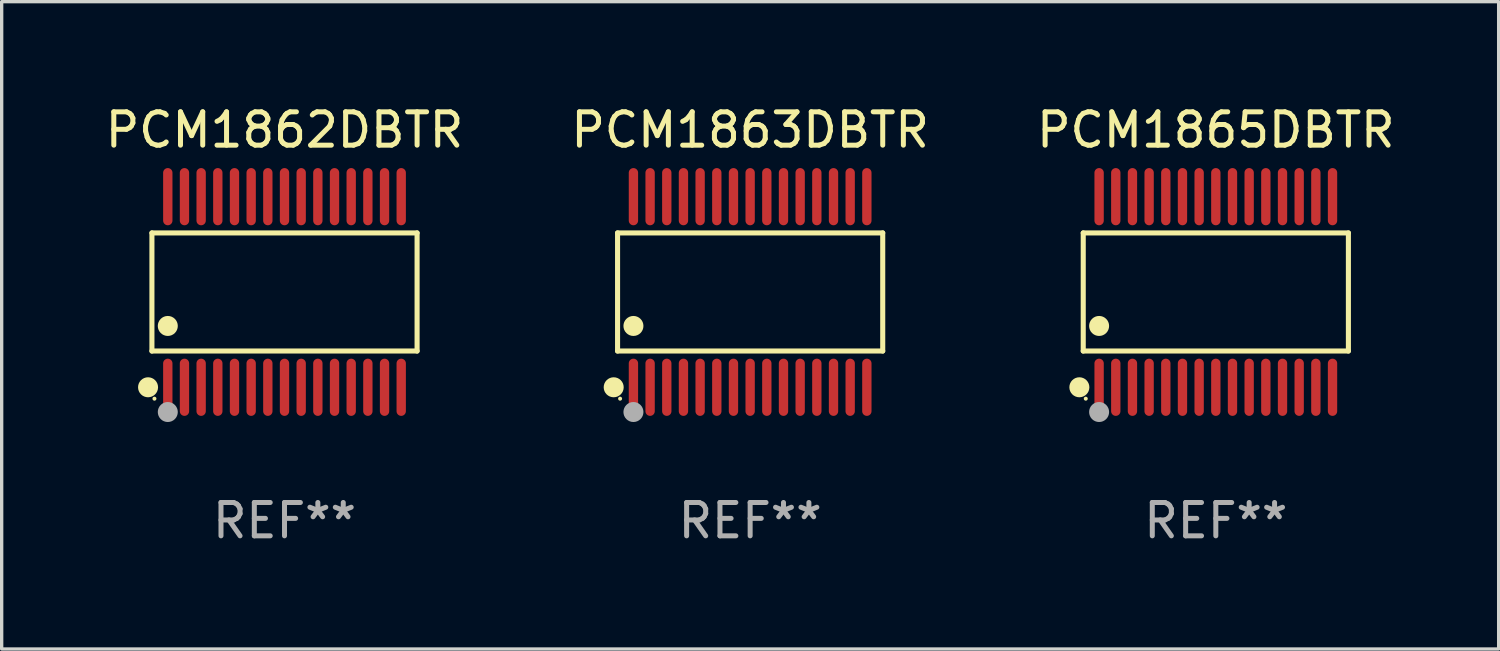
<source format=kicad_pcb>
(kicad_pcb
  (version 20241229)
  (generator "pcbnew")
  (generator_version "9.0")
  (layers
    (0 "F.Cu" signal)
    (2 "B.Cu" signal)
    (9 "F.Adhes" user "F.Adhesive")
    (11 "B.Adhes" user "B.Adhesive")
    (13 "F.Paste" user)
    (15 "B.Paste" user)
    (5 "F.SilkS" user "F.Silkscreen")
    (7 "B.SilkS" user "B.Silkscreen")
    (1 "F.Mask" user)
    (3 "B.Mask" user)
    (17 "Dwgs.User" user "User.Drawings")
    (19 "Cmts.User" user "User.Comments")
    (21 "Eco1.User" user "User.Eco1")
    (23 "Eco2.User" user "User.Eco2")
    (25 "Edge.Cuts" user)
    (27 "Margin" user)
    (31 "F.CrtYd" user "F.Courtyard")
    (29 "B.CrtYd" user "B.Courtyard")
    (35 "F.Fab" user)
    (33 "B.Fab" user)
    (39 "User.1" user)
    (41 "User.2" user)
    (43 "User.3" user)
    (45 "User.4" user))
  (footprint "PCM1865DBTR"
    (layer "F.Cu")
    (at 33.411 5.706)
    (property "Reference" "PCM1865DBTR" (at 0 -4.858 0) (layer "F.SilkS") (effects (font (size 1 1) (thickness 0.15))))
    (attr through_hole)
    (fp_line (start -3.976 -1.771) (end 3.976 -1.771) (stroke (width 0.152) (type solid)) (layer "F.SilkS"))
    (fp_line (start -3.976 1.771) (end -3.976 -1.771) (stroke (width 0.152) (type solid)) (layer "F.SilkS"))
    (fp_line (start 3.976 -1.771) (end 3.976 1.771) (stroke (width 0.152) (type solid)) (layer "F.SilkS"))
    (fp_line (start 3.976 1.771) (end -3.976 1.771) (stroke (width 0.152) (type solid)) (layer "F.SilkS"))
    (fp_circle (center -4.092 2.858) (end -3.942 2.858) (stroke (width 0.3) (type solid)) (fill no) (layer "F.SilkS"))
    (fp_circle (center -3.9 3.2) (end -3.87 3.2) (stroke (width 0.06) (type solid)) (fill no) (layer "F.SilkS"))
    (fp_circle (center -3.5 1.019) (end -3.35 1.019) (stroke (width 0.3) (type solid)) (fill no) (layer "F.SilkS"))
    (fp_circle (center -3.5 3.6) (end -3.35 3.6) (stroke (width 0.3) (type solid)) (fill no) (layer "F.Fab"))
    (fp_text user "REF**" (at 0 6.858 0) (layer "F.Fab") (effects (font (size 1 1) (thickness 0.15))))
    (pad "1" smd oval (at -3.5 2.858) (size 0.28 1.715) (layers "F.Cu" "F.Mask" "F.Paste"))
    (pad "2" smd oval (at -3 2.858) (size 0.28 1.715) (layers "F.Cu" "F.Mask" "F.Paste"))
    (pad "3" smd oval (at -2.5 2.858) (size 0.28 1.715) (layers "F.Cu" "F.Mask" "F.Paste"))
    (pad "4" smd oval (at -2 2.858) (size 0.28 1.715) (layers "F.Cu" "F.Mask" "F.Paste"))
    (pad "5" smd oval (at -1.5 2.858) (size 0.28 1.715) (layers "F.Cu" "F.Mask" "F.Paste"))
    (pad "6" smd oval (at -1 2.858) (size 0.28 1.715) (layers "F.Cu" "F.Mask" "F.Paste"))
    (pad "7" smd oval (at -0.5 2.858) (size 0.28 1.715) (layers "F.Cu" "F.Mask" "F.Paste"))
    (pad "8" smd oval (at 0 2.858) (size 0.28 1.715) (layers "F.Cu" "F.Mask" "F.Paste"))
    (pad "9" smd oval (at 0.5 2.858) (size 0.28 1.715) (layers "F.Cu" "F.Mask" "F.Paste"))
    (pad "10" smd oval (at 1 2.858) (size 0.28 1.715) (layers "F.Cu" "F.Mask" "F.Paste"))
    (pad "11" smd oval (at 1.5 2.858) (size 0.28 1.715) (layers "F.Cu" "F.Mask" "F.Paste"))
    (pad "12" smd oval (at 2 2.858) (size 0.28 1.715) (layers "F.Cu" "F.Mask" "F.Paste"))
    (pad "13" smd oval (at 2.5 2.858) (size 0.28 1.715) (layers "F.Cu" "F.Mask" "F.Paste"))
    (pad "14" smd oval (at 3 2.858) (size 0.28 1.715) (layers "F.Cu" "F.Mask" "F.Paste"))
    (pad "15" smd oval (at 3.5 2.858) (size 0.28 1.715) (layers "F.Cu" "F.Mask" "F.Paste"))
    (pad "16" smd oval (at 3.5 -2.858) (size 0.28 1.715) (layers "F.Cu" "F.Mask" "F.Paste"))
    (pad "17" smd oval (at 3 -2.858) (size 0.28 1.715) (layers "F.Cu" "F.Mask" "F.Paste"))
    (pad "18" smd oval (at 2.5 -2.858) (size 0.28 1.715) (layers "F.Cu" "F.Mask" "F.Paste"))
    (pad "19" smd oval (at 2 -2.858) (size 0.28 1.715) (layers "F.Cu" "F.Mask" "F.Paste"))
    (pad "20" smd oval (at 1.5 -2.858) (size 0.28 1.715) (layers "F.Cu" "F.Mask" "F.Paste"))
    (pad "21" smd oval (at 1 -2.858) (size 0.28 1.715) (layers "F.Cu" "F.Mask" "F.Paste"))
    (pad "22" smd oval (at 0.5 -2.858) (size 0.28 1.715) (layers "F.Cu" "F.Mask" "F.Paste"))
    (pad "23" smd oval (at 0 -2.858) (size 0.28 1.715) (layers "F.Cu" "F.Mask" "F.Paste"))
    (pad "24" smd oval (at -0.5 -2.858) (size 0.28 1.715) (layers "F.Cu" "F.Mask" "F.Paste"))
    (pad "25" smd oval (at -1 -2.858) (size 0.28 1.715) (layers "F.Cu" "F.Mask" "F.Paste"))
    (pad "26" smd oval (at -1.5 -2.858) (size 0.28 1.715) (layers "F.Cu" "F.Mask" "F.Paste"))
    (pad "27" smd oval (at -2 -2.858) (size 0.28 1.715) (layers "F.Cu" "F.Mask" "F.Paste"))
    (pad "28" smd oval (at -2.5 -2.858) (size 0.28 1.715) (layers "F.Cu" "F.Mask" "F.Paste"))
    (pad "29" smd oval (at -3 -2.858) (size 0.28 1.715) (layers "F.Cu" "F.Mask" "F.Paste"))
    (pad "30" smd oval (at -3.5 -2.858) (size 0.28 1.715) (layers "F.Cu" "F.Mask" "F.Paste")))
  (footprint "PCM1863DBTR"
    (layer "F.Cu")
    (at 19.446 5.706)
    (property "Reference" "PCM1863DBTR" (at 0 -4.858 0) (layer "F.SilkS") (effects (font (size 1 1) (thickness 0.15))))
    (attr through_hole)
    (fp_line (start -3.976 -1.771) (end 3.976 -1.771) (stroke (width 0.152) (type solid)) (layer "F.SilkS"))
    (fp_line (start -3.976 1.771) (end -3.976 -1.771) (stroke (width 0.152) (type solid)) (layer "F.SilkS"))
    (fp_line (start 3.976 -1.771) (end 3.976 1.771) (stroke (width 0.152) (type solid)) (layer "F.SilkS"))
    (fp_line (start 3.976 1.771) (end -3.976 1.771) (stroke (width 0.152) (type solid)) (layer "F.SilkS"))
    (fp_circle (center -4.092 2.858) (end -3.942 2.858) (stroke (width 0.3) (type solid)) (fill no) (layer "F.SilkS"))
    (fp_circle (center -3.9 3.2) (end -3.87 3.2) (stroke (width 0.06) (type solid)) (fill no) (layer "F.SilkS"))
    (fp_circle (center -3.5 1.019) (end -3.35 1.019) (stroke (width 0.3) (type solid)) (fill no) (layer "F.SilkS"))
    (fp_circle (center -3.5 3.6) (end -3.35 3.6) (stroke (width 0.3) (type solid)) (fill no) (layer "F.Fab"))
    (fp_text user "REF**" (at 0 6.858 0) (layer "F.Fab") (effects (font (size 1 1) (thickness 0.15))))
    (pad "1" smd oval (at -3.5 2.858) (size 0.28 1.715) (layers "F.Cu" "F.Mask" "F.Paste"))
    (pad "2" smd oval (at -3 2.858) (size 0.28 1.715) (layers "F.Cu" "F.Mask" "F.Paste"))
    (pad "3" smd oval (at -2.5 2.858) (size 0.28 1.715) (layers "F.Cu" "F.Mask" "F.Paste"))
    (pad "4" smd oval (at -2 2.858) (size 0.28 1.715) (layers "F.Cu" "F.Mask" "F.Paste"))
    (pad "5" smd oval (at -1.5 2.858) (size 0.28 1.715) (layers "F.Cu" "F.Mask" "F.Paste"))
    (pad "6" smd oval (at -1 2.858) (size 0.28 1.715) (layers "F.Cu" "F.Mask" "F.Paste"))
    (pad "7" smd oval (at -0.5 2.858) (size 0.28 1.715) (layers "F.Cu" "F.Mask" "F.Paste"))
    (pad "8" smd oval (at 0 2.858) (size 0.28 1.715) (layers "F.Cu" "F.Mask" "F.Paste"))
    (pad "9" smd oval (at 0.5 2.858) (size 0.28 1.715) (layers "F.Cu" "F.Mask" "F.Paste"))
    (pad "10" smd oval (at 1 2.858) (size 0.28 1.715) (layers "F.Cu" "F.Mask" "F.Paste"))
    (pad "11" smd oval (at 1.5 2.858) (size 0.28 1.715) (layers "F.Cu" "F.Mask" "F.Paste"))
    (pad "12" smd oval (at 2 2.858) (size 0.28 1.715) (layers "F.Cu" "F.Mask" "F.Paste"))
    (pad "13" smd oval (at 2.5 2.858) (size 0.28 1.715) (layers "F.Cu" "F.Mask" "F.Paste"))
    (pad "14" smd oval (at 3 2.858) (size 0.28 1.715) (layers "F.Cu" "F.Mask" "F.Paste"))
    (pad "15" smd oval (at 3.5 2.858) (size 0.28 1.715) (layers "F.Cu" "F.Mask" "F.Paste"))
    (pad "16" smd oval (at 3.5 -2.858) (size 0.28 1.715) (layers "F.Cu" "F.Mask" "F.Paste"))
    (pad "17" smd oval (at 3 -2.858) (size 0.28 1.715) (layers "F.Cu" "F.Mask" "F.Paste"))
    (pad "18" smd oval (at 2.5 -2.858) (size 0.28 1.715) (layers "F.Cu" "F.Mask" "F.Paste"))
    (pad "19" smd oval (at 2 -2.858) (size 0.28 1.715) (layers "F.Cu" "F.Mask" "F.Paste"))
    (pad "20" smd oval (at 1.5 -2.858) (size 0.28 1.715) (layers "F.Cu" "F.Mask" "F.Paste"))
    (pad "21" smd oval (at 1 -2.858) (size 0.28 1.715) (layers "F.Cu" "F.Mask" "F.Paste"))
    (pad "22" smd oval (at 0.5 -2.858) (size 0.28 1.715) (layers "F.Cu" "F.Mask" "F.Paste"))
    (pad "23" smd oval (at 0 -2.858) (size 0.28 1.715) (layers "F.Cu" "F.Mask" "F.Paste"))
    (pad "24" smd oval (at -0.5 -2.858) (size 0.28 1.715) (layers "F.Cu" "F.Mask" "F.Paste"))
    (pad "25" smd oval (at -1 -2.858) (size 0.28 1.715) (layers "F.Cu" "F.Mask" "F.Paste"))
    (pad "26" smd oval (at -1.5 -2.858) (size 0.28 1.715) (layers "F.Cu" "F.Mask" "F.Paste"))
    (pad "27" smd oval (at -2 -2.858) (size 0.28 1.715) (layers "F.Cu" "F.Mask" "F.Paste"))
    (pad "28" smd oval (at -2.5 -2.858) (size 0.28 1.715) (layers "F.Cu" "F.Mask" "F.Paste"))
    (pad "29" smd oval (at -3 -2.858) (size 0.28 1.715) (layers "F.Cu" "F.Mask" "F.Paste"))
    (pad "30" smd oval (at -3.5 -2.858) (size 0.28 1.715) (layers "F.Cu" "F.Mask" "F.Paste")))
  (footprint "PCM1862DBTR"
    (layer "F.Cu")
    (at 5.482 5.706)
    (property "Reference" "PCM1862DBTR" (at 0 -4.858 0) (layer "F.SilkS") (effects (font (size 1 1) (thickness 0.15))))
    (attr through_hole)
    (fp_line (start -3.976 -1.771) (end 3.976 -1.771) (stroke (width 0.152) (type solid)) (layer "F.SilkS"))
    (fp_line (start -3.976 1.771) (end -3.976 -1.771) (stroke (width 0.152) (type solid)) (layer "F.SilkS"))
    (fp_line (start 3.976 -1.771) (end 3.976 1.771) (stroke (width 0.152) (type solid)) (layer "F.SilkS"))
    (fp_line (start 3.976 1.771) (end -3.976 1.771) (stroke (width 0.152) (type solid)) (layer "F.SilkS"))
    (fp_circle (center -4.092 2.858) (end -3.942 2.858) (stroke (width 0.3) (type solid)) (fill no) (layer "F.SilkS"))
    (fp_circle (center -3.9 3.2) (end -3.87 3.2) (stroke (width 0.06) (type solid)) (fill no) (layer "F.SilkS"))
    (fp_circle (center -3.5 1.019) (end -3.35 1.019) (stroke (width 0.3) (type solid)) (fill no) (layer "F.SilkS"))
    (fp_circle (center -3.5 3.6) (end -3.35 3.6) (stroke (width 0.3) (type solid)) (fill no) (layer "F.Fab"))
    (fp_text user "REF**" (at 0 6.858 0) (layer "F.Fab") (effects (font (size 1 1) (thickness 0.15))))
    (pad "1" smd oval (at -3.5 2.858) (size 0.28 1.715) (layers "F.Cu" "F.Mask" "F.Paste"))
    (pad "2" smd oval (at -3 2.858) (size 0.28 1.715) (layers "F.Cu" "F.Mask" "F.Paste"))
    (pad "3" smd oval (at -2.5 2.858) (size 0.28 1.715) (layers "F.Cu" "F.Mask" "F.Paste"))
    (pad "4" smd oval (at -2 2.858) (size 0.28 1.715) (layers "F.Cu" "F.Mask" "F.Paste"))
    (pad "5" smd oval (at -1.5 2.858) (size 0.28 1.715) (layers "F.Cu" "F.Mask" "F.Paste"))
    (pad "6" smd oval (at -1 2.858) (size 0.28 1.715) (layers "F.Cu" "F.Mask" "F.Paste"))
    (pad "7" smd oval (at -0.5 2.858) (size 0.28 1.715) (layers "F.Cu" "F.Mask" "F.Paste"))
    (pad "8" smd oval (at 0 2.858) (size 0.28 1.715) (layers "F.Cu" "F.Mask" "F.Paste"))
    (pad "9" smd oval (at 0.5 2.858) (size 0.28 1.715) (layers "F.Cu" "F.Mask" "F.Paste"))
    (pad "10" smd oval (at 1 2.858) (size 0.28 1.715) (layers "F.Cu" "F.Mask" "F.Paste"))
    (pad "11" smd oval (at 1.5 2.858) (size 0.28 1.715) (layers "F.Cu" "F.Mask" "F.Paste"))
    (pad "12" smd oval (at 2 2.858) (size 0.28 1.715) (layers "F.Cu" "F.Mask" "F.Paste"))
    (pad "13" smd oval (at 2.5 2.858) (size 0.28 1.715) (layers "F.Cu" "F.Mask" "F.Paste"))
    (pad "14" smd oval (at 3 2.858) (size 0.28 1.715) (layers "F.Cu" "F.Mask" "F.Paste"))
    (pad "15" smd oval (at 3.5 2.858) (size 0.28 1.715) (layers "F.Cu" "F.Mask" "F.Paste"))
    (pad "16" smd oval (at 3.5 -2.858) (size 0.28 1.715) (layers "F.Cu" "F.Mask" "F.Paste"))
    (pad "17" smd oval (at 3 -2.858) (size 0.28 1.715) (layers "F.Cu" "F.Mask" "F.Paste"))
    (pad "18" smd oval (at 2.5 -2.858) (size 0.28 1.715) (layers "F.Cu" "F.Mask" "F.Paste"))
    (pad "19" smd oval (at 2 -2.858) (size 0.28 1.715) (layers "F.Cu" "F.Mask" "F.Paste"))
    (pad "20" smd oval (at 1.5 -2.858) (size 0.28 1.715) (layers "F.Cu" "F.Mask" "F.Paste"))
    (pad "21" smd oval (at 1 -2.858) (size 0.28 1.715) (layers "F.Cu" "F.Mask" "F.Paste"))
    (pad "22" smd oval (at 0.5 -2.858) (size 0.28 1.715) (layers "F.Cu" "F.Mask" "F.Paste"))
    (pad "23" smd oval (at 0 -2.858) (size 0.28 1.715) (layers "F.Cu" "F.Mask" "F.Paste"))
    (pad "24" smd oval (at -0.5 -2.858) (size 0.28 1.715) (layers "F.Cu" "F.Mask" "F.Paste"))
    (pad "25" smd oval (at -1 -2.858) (size 0.28 1.715) (layers "F.Cu" "F.Mask" "F.Paste"))
    (pad "26" smd oval (at -1.5 -2.858) (size 0.28 1.715) (layers "F.Cu" "F.Mask" "F.Paste"))
    (pad "27" smd oval (at -2 -2.858) (size 0.28 1.715) (layers "F.Cu" "F.Mask" "F.Paste"))
    (pad "28" smd oval (at -2.5 -2.858) (size 0.28 1.715) (layers "F.Cu" "F.Mask" "F.Paste"))
    (pad "29" smd oval (at -3 -2.858) (size 0.28 1.715) (layers "F.Cu" "F.Mask" "F.Paste"))
    (pad "30" smd oval (at -3.5 -2.858) (size 0.28 1.715) (layers "F.Cu" "F.Mask" "F.Paste")))
  (gr_rect
    (start -3 -3)
    (end 41.893 16.412)
    (stroke (width 0.1) (type default))
    (fill no)
    (layer "Edge.Cuts")))
</source>
